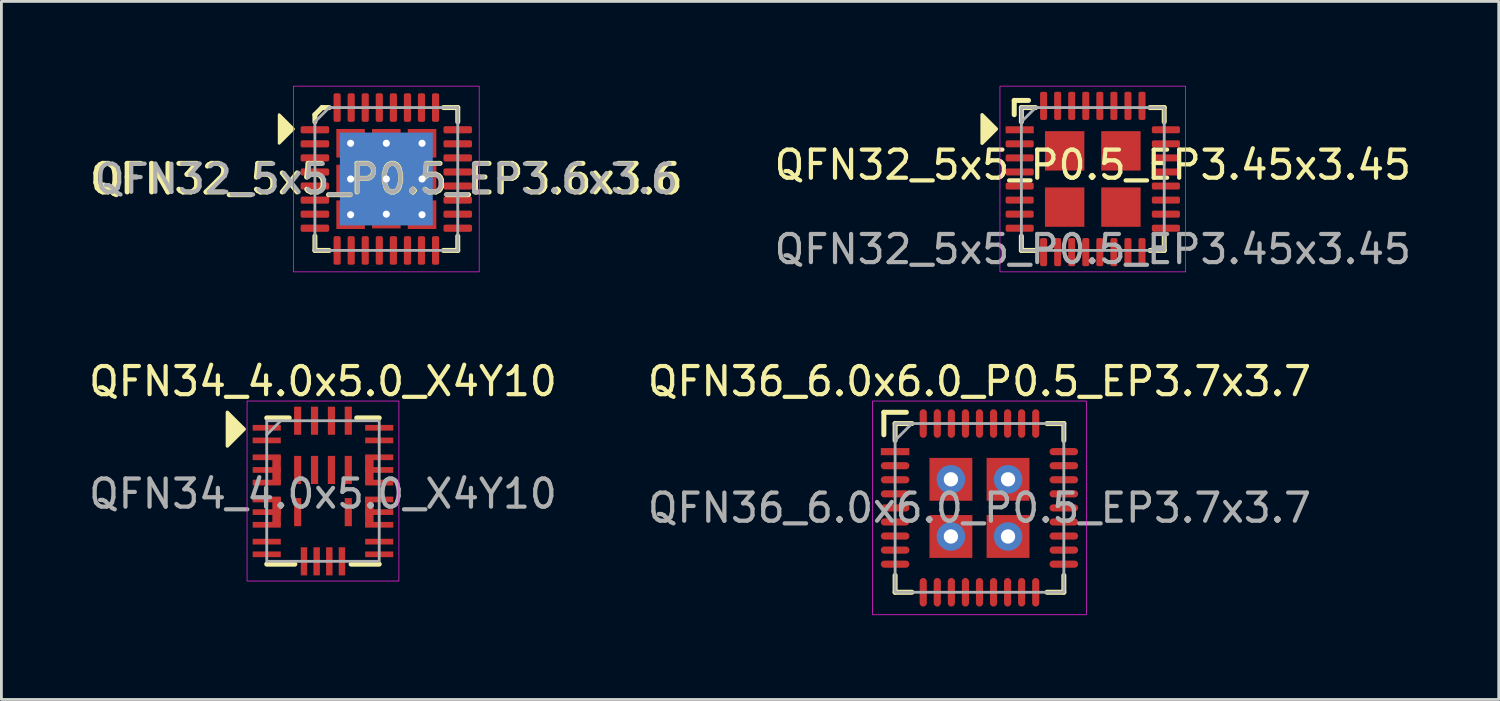
<source format=kicad_pcb>
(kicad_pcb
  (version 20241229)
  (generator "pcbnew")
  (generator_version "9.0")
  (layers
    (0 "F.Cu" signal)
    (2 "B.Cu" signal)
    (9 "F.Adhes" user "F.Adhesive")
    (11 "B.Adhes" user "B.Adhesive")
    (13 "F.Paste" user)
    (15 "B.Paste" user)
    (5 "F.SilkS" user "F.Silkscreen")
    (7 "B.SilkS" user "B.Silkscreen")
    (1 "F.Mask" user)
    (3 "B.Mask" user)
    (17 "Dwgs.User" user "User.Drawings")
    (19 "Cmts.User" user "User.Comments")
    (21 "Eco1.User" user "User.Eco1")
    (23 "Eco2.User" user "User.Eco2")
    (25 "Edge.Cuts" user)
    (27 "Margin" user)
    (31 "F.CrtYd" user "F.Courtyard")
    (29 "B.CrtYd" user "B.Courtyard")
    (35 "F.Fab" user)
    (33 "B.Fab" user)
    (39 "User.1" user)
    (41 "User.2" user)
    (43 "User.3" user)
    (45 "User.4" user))
  (footprint "QFN32_5x5_P0.5_EP3.45x3.45"
    (layer "F.Cu")
    (at 35.81 3.315)
    (property "Reference" "QFN32_5x5_P0.5_EP3.45x3.45" (at 0 -0.5 0) (unlocked yes) (layer "F.SilkS") (effects (font (size 1 1) (thickness 0.15))))
    (fp_line (start -2.794 -2.794) (end -2.286 -2.794) (stroke (width 0.178) (type solid)) (layer "F.SilkS"))
    (fp_line (start -2.794 -2.286) (end -2.794 -2.794) (stroke (width 0.178) (type solid)) (layer "F.SilkS"))
    (fp_line (start -2.54 -2.54) (end -2.032 -2.54) (stroke (width 0.178) (type solid)) (layer "F.SilkS"))
    (fp_line (start -2.54 -2.032) (end -2.54 -2.54) (stroke (width 0.178) (type solid)) (layer "F.SilkS"))
    (fp_line (start -2.54 2.54) (end -2.54 2.032) (stroke (width 0.178) (type solid)) (layer "F.SilkS"))
    (fp_line (start -2.032 2.54) (end -2.54 2.54) (stroke (width 0.178) (type solid)) (layer "F.SilkS"))
    (fp_line (start 2.032 -2.54) (end 2.54 -2.54) (stroke (width 0.178) (type solid)) (layer "F.SilkS"))
    (fp_line (start 2.54 -2.54) (end 2.54 -2.032) (stroke (width 0.178) (type solid)) (layer "F.SilkS"))
    (fp_line (start 2.54 2.032) (end 2.54 2.54) (stroke (width 0.178) (type solid)) (layer "F.SilkS"))
    (fp_line (start 2.54 2.54) (end 2.032 2.54) (stroke (width 0.178) (type solid)) (layer "F.SilkS"))
    (fp_poly (pts (xy -3.429 -1.778) (xy -3.937 -1.27) (xy -3.937 -2.286)) (stroke (width 0.12) (type solid)) (fill yes) (layer "F.SilkS"))
    (fp_rect (start -3.302 -3.302) (end 3.302 3.302) (stroke (width 0.025) (type solid)) (fill no) (layer "F.CrtYd"))
    (fp_line (start -2.54 -2.032) (end -2.032 -2.54) (stroke (width 0.1) (type solid)) (layer "F.Fab"))
    (fp_rect (start -2.54 -2.54) (end 2.54 2.54) (stroke (width 0.1) (type solid)) (fill no) (layer "F.Fab"))
    (fp_text user "${REFERENCE}" (at 0 2.5 0) (unlocked yes) (layer "F.Fab") (effects (font (size 1 1) (thickness 0.15))))
    (pad "1" smd rect (at -2.6 -1.75) (size 1 0.25) (layers "F.Cu" "F.Mask" "F.Paste"))
    (pad "2" smd roundrect (at -2.6 -1.25) (size 1 0.25) (layers "F.Cu" "F.Mask" "F.Paste") (roundrect_rratio 0.25))
    (pad "3" smd roundrect (at -2.6 -0.75) (size 1 0.25) (layers "F.Cu" "F.Mask" "F.Paste") (roundrect_rratio 0.25))
    (pad "4" smd roundrect (at -2.6 -0.25) (size 1 0.25) (layers "F.Cu" "F.Mask" "F.Paste") (roundrect_rratio 0.25))
    (pad "5" smd roundrect (at -2.6 0.25) (size 1 0.25) (layers "F.Cu" "F.Mask" "F.Paste") (roundrect_rratio 0.25))
    (pad "6" smd roundrect (at -2.6 0.75) (size 1 0.25) (layers "F.Cu" "F.Mask" "F.Paste") (roundrect_rratio 0.25))
    (pad "7" smd roundrect (at -2.6 1.25) (size 1 0.25) (layers "F.Cu" "F.Mask" "F.Paste") (roundrect_rratio 0.25))
    (pad "8" smd roundrect (at -2.6 1.75) (size 1 0.25) (layers "F.Cu" "F.Mask" "F.Paste") (roundrect_rratio 0.25))
    (pad "9" smd roundrect (at -1.75 2.6) (size 0.25 1) (layers "F.Cu" "F.Mask" "F.Paste") (roundrect_rratio 0.25))
    (pad "10" smd roundrect (at -1.25 2.6) (size 0.25 1) (layers "F.Cu" "F.Mask" "F.Paste") (roundrect_rratio 0.25))
    (pad "11" smd roundrect (at -0.75 2.6) (size 0.25 1) (layers "F.Cu" "F.Mask" "F.Paste") (roundrect_rratio 0.25))
    (pad "12" smd roundrect (at -0.25 2.6) (size 0.25 1) (layers "F.Cu" "F.Mask" "F.Paste") (roundrect_rratio 0.25))
    (pad "13" smd roundrect (at 0.25 2.6) (size 0.25 1) (layers "F.Cu" "F.Mask" "F.Paste") (roundrect_rratio 0.25))
    (pad "14" smd roundrect (at 0.75 2.6) (size 0.25 1) (layers "F.Cu" "F.Mask" "F.Paste") (roundrect_rratio 0.25))
    (pad "15" smd roundrect (at 1.25 2.6) (size 0.25 1) (layers "F.Cu" "F.Mask" "F.Paste") (roundrect_rratio 0.25))
    (pad "16" smd roundrect (at 1.75 2.6) (size 0.25 1) (layers "F.Cu" "F.Mask" "F.Paste") (roundrect_rratio 0.25))
    (pad "17" smd roundrect (at 2.6 1.75) (size 1 0.25) (layers "F.Cu" "F.Mask" "F.Paste") (roundrect_rratio 0.25))
    (pad "18" smd roundrect (at 2.6 1.25) (size 1 0.25) (layers "F.Cu" "F.Mask" "F.Paste") (roundrect_rratio 0.25))
    (pad "19" smd roundrect (at 2.6 0.75) (size 1 0.25) (layers "F.Cu" "F.Mask" "F.Paste") (roundrect_rratio 0.25))
    (pad "20" smd roundrect (at 2.6 0.25) (size 1 0.25) (layers "F.Cu" "F.Mask" "F.Paste") (roundrect_rratio 0.25))
    (pad "21" smd roundrect (at 2.6 -0.25) (size 1 0.25) (layers "F.Cu" "F.Mask" "F.Paste") (roundrect_rratio 0.25))
    (pad "22" smd roundrect (at 2.6 -0.75) (size 1 0.25) (layers "F.Cu" "F.Mask" "F.Paste") (roundrect_rratio 0.25))
    (pad "23" smd roundrect (at 2.6 -1.25) (size 1 0.25) (layers "F.Cu" "F.Mask" "F.Paste") (roundrect_rratio 0.25))
    (pad "24" smd roundrect (at 2.6 -1.75) (size 1 0.25) (layers "F.Cu" "F.Mask" "F.Paste") (roundrect_rratio 0.25))
    (pad "25" smd roundrect (at 1.75 -2.6) (size 0.25 1) (layers "F.Cu" "F.Mask" "F.Paste") (roundrect_rratio 0.25))
    (pad "26" smd roundrect (at 1.25 -2.6) (size 0.25 1) (layers "F.Cu" "F.Mask" "F.Paste") (roundrect_rratio 0.25))
    (pad "27" smd roundrect (at 0.75 -2.6) (size 0.25 1) (layers "F.Cu" "F.Mask" "F.Paste") (roundrect_rratio 0.25))
    (pad "28" smd roundrect (at 0.25 -2.6) (size 0.25 1) (layers "F.Cu" "F.Mask" "F.Paste") (roundrect_rratio 0.25))
    (pad "29" smd roundrect (at -0.25 -2.6) (size 0.25 1) (layers "F.Cu" "F.Mask" "F.Paste") (roundrect_rratio 0.25))
    (pad "30" smd roundrect (at -0.75 -2.6) (size 0.25 1) (layers "F.Cu" "F.Mask" "F.Paste") (roundrect_rratio 0.25))
    (pad "31" smd roundrect (at -1.25 -2.6) (size 0.25 1) (layers "F.Cu" "F.Mask" "F.Paste") (roundrect_rratio 0.25))
    (pad "32" smd roundrect (at -1.75 -2.6) (size 0.25 1) (layers "F.Cu" "F.Mask" "F.Paste") (roundrect_rratio 0.25))
    (pad "33" smd rect (at -1 -1) (size 1.4 1.4) (layers "F.Cu" "F.Mask" "F.Paste"))
    (pad "33" smd rect (at -1 1) (size 1.4 1.4) (layers "F.Cu" "F.Mask" "F.Paste"))
    (pad "33" smd rect (at 1 -1) (size 1.4 1.4) (layers "F.Cu" "F.Mask" "F.Paste"))
    (pad "33" smd rect (at 1 1) (size 1.4 1.4) (layers "F.Cu" "F.Mask" "F.Paste")))
  (footprint "QFN34_4.0x5.0_X4Y10"
    (layer "F.Cu")
    (at 8.435 14.411)
    (property "Reference" "QFN34_4.0x5.0_X4Y10" (at 0 -3.9 0) (unlocked yes) (layer "F.SilkS") (effects (font (size 1 1) (thickness 0.15))))
    (attr smd)
    (fp_line (start -2 -2.6) (end -1.2 -2.6) (stroke (width 0.178) (type solid)) (layer "F.SilkS"))
    (fp_line (start -2 2.6) (end -1 2.6) (stroke (width 0.178) (type solid)) (layer "F.SilkS"))
    (fp_line (start 1 2.6) (end 2 2.6) (stroke (width 0.178) (type solid)) (layer "F.SilkS"))
    (fp_line (start 1.2 -2.6) (end 2 -2.6) (stroke (width 0.178) (type solid)) (layer "F.SilkS"))
    (fp_poly (pts (xy -2.8 -2.2) (xy -3.4 -1.6) (xy -3.4 -2.8)) (stroke (width 0.12) (type solid)) (fill yes) (layer "F.SilkS"))
    (fp_rect (start -2.7 -3.2) (end 2.7 3.2) (stroke (width 0.025) (type solid)) (fill no) (layer "F.CrtYd"))
    (fp_line (start -2 -2) (end -1.5 -2.5) (stroke (width 0.1) (type solid)) (layer "F.Fab"))
    (fp_rect (start -2 -2.5) (end 2 2.5) (stroke (width 0.1) (type solid)) (fill no) (layer "F.Fab"))
    (fp_text user "${REFERENCE}" (at 0 0.1 0) (unlocked yes) (layer "F.Fab") (effects (font (size 1 1) (thickness 0.15))))
    (pad "1" smd rect (at -2 -2.25) (size 1 0.203) (layers "F.Cu" "F.Mask" "F.Paste"))
    (pad "2" smd rect (at -2 -1.8) (size 1 0.203) (layers "F.Cu" "F.Mask" "F.Paste"))
    (pad "3" smd rect (at -2 -1.2) (size 1 0.203) (layers "F.Cu" "F.Mask" "F.Paste"))
    (pad "4" smd rect (at -2 -0.75) (size 1 0.203) (layers "F.Cu" "F.Mask" "F.Paste"))
    (pad "4" smd rect (at -1.65 -0.75) (size 0.3 1) (layers "F.Cu" "F.Mask" "F.Paste"))
    (pad "5" smd rect (at -2 -0.3) (size 1 0.203) (layers "F.Cu" "F.Mask" "F.Paste"))
    (pad "6" smd rect (at -2 0.3) (size 1 0.203) (layers "F.Cu" "F.Mask" "F.Paste"))
    (pad "7" smd rect (at -2 0.75) (size 1 0.203) (layers "F.Cu" "F.Mask" "F.Paste"))
    (pad "7" smd rect (at -1.65 0.75) (size 0.3 1) (layers "F.Cu" "F.Mask" "F.Paste"))
    (pad "8" smd rect (at -2 1.2) (size 1 0.203) (layers "F.Cu" "F.Mask" "F.Paste"))
    (pad "9" smd rect (at -2 1.8) (size 1 0.203) (layers "F.Cu" "F.Mask" "F.Paste"))
    (pad "10" smd rect (at -2 2.25) (size 1 0.203) (layers "F.Cu" "F.Mask" "F.Paste"))
    (pad "11" smd rect (at -0.675 2.5) (size 0.229 1) (layers "F.Cu" "F.Mask" "F.Paste"))
    (pad "12" smd rect (at -0.225 2.5) (size 0.229 1) (layers "F.Cu" "F.Mask" "F.Paste"))
    (pad "13" smd rect (at 0.225 2.5) (size 0.229 1) (layers "F.Cu" "F.Mask" "F.Paste"))
    (pad "14" smd rect (at 0.675 2.5) (size 0.229 1) (layers "F.Cu" "F.Mask" "F.Paste"))
    (pad "15" smd rect (at 2 2.25) (size 1 0.203) (layers "F.Cu" "F.Mask" "F.Paste"))
    (pad "16" smd rect (at 2 1.8) (size 1 0.203) (layers "F.Cu" "F.Mask" "F.Paste"))
    (pad "17" smd rect (at 2 1.2) (size 1 0.203) (layers "F.Cu" "F.Mask" "F.Paste"))
    (pad "18" smd rect (at 1.65 0.75) (size 0.3 1) (layers "F.Cu" "F.Mask" "F.Paste"))
    (pad "18" smd rect (at 2 0.75) (size 1 0.203) (layers "F.Cu" "F.Mask" "F.Paste"))
    (pad "19" smd rect (at 2 0.3) (size 1 0.203) (layers "F.Cu" "F.Mask" "F.Paste"))
    (pad "20" smd rect (at 2 -0.3) (size 1 0.203) (layers "F.Cu" "F.Mask" "F.Paste"))
    (pad "21" smd rect (at 1.65 -0.75) (size 0.3 1) (layers "F.Cu" "F.Mask" "F.Paste"))
    (pad "21" smd rect (at 2 -0.75) (size 1 0.203) (layers "F.Cu" "F.Mask" "F.Paste"))
    (pad "22" smd rect (at 2 -1.2) (size 1 0.203) (layers "F.Cu" "F.Mask" "F.Paste"))
    (pad "23" smd rect (at 2 -1.8) (size 1 0.203) (layers "F.Cu" "F.Mask" "F.Paste"))
    (pad "24" smd rect (at 2 -2.25) (size 1 0.203) (layers "F.Cu" "F.Mask" "F.Paste"))
    (pad "25" smd rect (at 0.9 -2.5) (size 0.254 1) (layers "F.Cu" "F.Mask" "F.Paste"))
    (pad "26" smd rect (at 0.3 -2.5) (size 0.254 1) (layers "F.Cu" "F.Mask" "F.Paste"))
    (pad "27" smd rect (at -0.3 -2.5) (size 0.254 1) (layers "F.Cu" "F.Mask" "F.Paste"))
    (pad "28" smd rect (at -0.9 -2.5) (size 0.254 1) (layers "F.Cu" "F.Mask" "F.Paste"))
    (pad "29" smd rect (at -0.9 -0.75) (size 0.254 1) (layers "F.Cu" "F.Mask" "F.Paste"))
    (pad "30" smd rect (at -0.9 0.75) (size 0.254 1) (layers "F.Cu" "F.Mask" "F.Paste"))
    (pad "31" smd rect (at 0.9 0.75) (size 0.254 1) (layers "F.Cu" "F.Mask" "F.Paste"))
    (pad "32" smd rect (at 0.9 -0.75) (size 0.254 1) (layers "F.Cu" "F.Mask" "F.Paste"))
    (pad "33" smd rect (at 0.3 -0.75) (size 0.254 1) (layers "F.Cu" "F.Mask" "F.Paste"))
    (pad "34" smd rect (at -0.3 -0.75) (size 0.254 1) (layers "F.Cu" "F.Mask" "F.Paste")))
  (footprint "QFN36_6.0x6.0_P0.5_EP3.7x3.7"
    (layer "F.Cu")
    (at 31.78 15.011)
    (property "Reference" "QFN36_6.0x6.0_P0.5_EP3.7x3.7" (at 0 -4.5 0) (unlocked yes) (layer "F.SilkS") (effects (font (size 1 1) (thickness 0.15))))
    (attr smd)
    (fp_line (start -3.4 -2.6) (end -3.4 -3.4) (stroke (width 0.178) (type solid)) (layer "F.SilkS"))
    (fp_line (start -3.4 -3.4) (end -2.6 -3.4) (stroke (width 0.178) (type solid)) (layer "F.SilkS"))
    (fp_line (start -3 -2.4) (end -3 -3) (stroke (width 0.178) (type solid)) (layer "F.SilkS"))
    (fp_line (start -3 -3) (end -2.4 -3) (stroke (width 0.178) (type solid)) (layer "F.SilkS"))
    (fp_line (start -3 2.4) (end -3 3) (stroke (width 0.178) (type solid)) (layer "F.SilkS"))
    (fp_line (start -3 3) (end -2.4 3) (stroke (width 0.178) (type solid)) (layer "F.SilkS"))
    (fp_line (start 2.4 -3) (end 3 -3) (stroke (width 0.178) (type solid)) (layer "F.SilkS"))
    (fp_line (start 3 -3) (end 3 -2.4) (stroke (width 0.178) (type solid)) (layer "F.SilkS"))
    (fp_line (start 3 2.4) (end 3 3) (stroke (width 0.178) (type solid)) (layer "F.SilkS"))
    (fp_line (start 3 3) (end 2.4 3) (stroke (width 0.178) (type solid)) (layer "F.SilkS"))
    (fp_rect (start -3.8 -3.8) (end 3.8 3.8) (stroke (width 0.025) (type solid)) (fill no) (layer "F.CrtYd"))
    (fp_line (start -3 -2.4) (end -2.4 -3) (stroke (width 0.1) (type solid)) (layer "F.Fab"))
    (fp_rect (start -3 -3) (end 3 3) (stroke (width 0.1) (type solid)) (fill no) (layer "F.Fab"))
    (fp_text user "${REFERENCE}" (at 0 0 0) (unlocked yes) (layer "F.Fab") (effects (font (size 1 1) (thickness 0.15))))
    (pad "1" smd rect (at -3 -2) (size 1.016 0.254) (layers "F.Cu" "F.Mask" "F.Paste"))
    (pad "2" smd oval (at -3 -1.5) (size 1.016 0.254) (layers "F.Cu" "F.Mask" "F.Paste"))
    (pad "3" smd oval (at -3 -1) (size 1.016 0.254) (layers "F.Cu" "F.Mask" "F.Paste"))
    (pad "4" smd oval (at -3 -0.5) (size 1.016 0.254) (layers "F.Cu" "F.Mask" "F.Paste"))
    (pad "5" smd oval (at -3 0) (size 1.016 0.254) (layers "F.Cu" "F.Mask" "F.Paste"))
    (pad "6" smd oval (at -3 0.5) (size 1.016 0.254) (layers "F.Cu" "F.Mask" "F.Paste"))
    (pad "7" smd oval (at -3 1) (size 1.016 0.254) (layers "F.Cu" "F.Mask" "F.Paste"))
    (pad "8" smd oval (at -3 1.5) (size 1.016 0.254) (layers "F.Cu" "F.Mask" "F.Paste"))
    (pad "9" smd oval (at -3 2) (size 1.016 0.254) (layers "F.Cu" "F.Mask" "F.Paste"))
    (pad "10" smd oval (at -2 3) (size 0.254 1.016) (layers "F.Cu" "F.Mask" "F.Paste"))
    (pad "11" smd oval (at -1.5 3) (size 0.254 1.016) (layers "F.Cu" "F.Mask" "F.Paste"))
    (pad "12" smd oval (at -1 3) (size 0.254 1.016) (layers "F.Cu" "F.Mask" "F.Paste"))
    (pad "13" smd oval (at -0.5 3) (size 0.254 1.016) (layers "F.Cu" "F.Mask" "F.Paste"))
    (pad "14" smd oval (at 0 3) (size 0.254 1.016) (layers "F.Cu" "F.Mask" "F.Paste"))
    (pad "15" smd oval (at 0.5 3) (size 0.254 1.016) (layers "F.Cu" "F.Mask" "F.Paste"))
    (pad "16" smd oval (at 1 3) (size 0.254 1.016) (layers "F.Cu" "F.Mask" "F.Paste"))
    (pad "17" smd oval (at 1.5 3) (size 0.254 1.016) (layers "F.Cu" "F.Mask" "F.Paste"))
    (pad "18" smd oval (at 2 3) (size 0.254 1.016) (layers "F.Cu" "F.Mask" "F.Paste"))
    (pad "19" smd oval (at 3 2) (size 1.016 0.254) (layers "F.Cu" "F.Mask" "F.Paste"))
    (pad "20" smd oval (at 3 1.5) (size 1.016 0.254) (layers "F.Cu" "F.Mask" "F.Paste"))
    (pad "21" smd oval (at 3 1) (size 1.016 0.254) (layers "F.Cu" "F.Mask" "F.Paste"))
    (pad "22" smd oval (at 3 0.5) (size 1.016 0.254) (layers "F.Cu" "F.Mask" "F.Paste"))
    (pad "23" smd oval (at 3 0) (size 1.016 0.254) (layers "F.Cu" "F.Mask" "F.Paste"))
    (pad "24" smd oval (at 3 -0.5) (size 1.016 0.254) (layers "F.Cu" "F.Mask" "F.Paste"))
    (pad "25" smd oval (at 3 -1) (size 1.016 0.254) (layers "F.Cu" "F.Mask" "F.Paste"))
    (pad "26" smd oval (at 3 -1.5) (size 1.016 0.254) (layers "F.Cu" "F.Mask" "F.Paste"))
    (pad "27" smd oval (at 3 -2) (size 1.016 0.254) (layers "F.Cu" "F.Mask" "F.Paste"))
    (pad "28" smd oval (at 2 -3) (size 0.254 1.016) (layers "F.Cu" "F.Mask" "F.Paste"))
    (pad "29" smd oval (at 1.5 -3) (size 0.254 1.016) (layers "F.Cu" "F.Mask" "F.Paste"))
    (pad "30" smd oval (at 1 -3) (size 0.254 1.016) (layers "F.Cu" "F.Mask" "F.Paste"))
    (pad "31" smd oval (at 0.5 -3) (size 0.254 1.016) (layers "F.Cu" "F.Mask" "F.Paste"))
    (pad "32" smd oval (at 0 -3) (size 0.254 1.016) (layers "F.Cu" "F.Mask" "F.Paste"))
    (pad "33" smd oval (at -0.5 -3) (size 0.254 1.016) (layers "F.Cu" "F.Mask" "F.Paste"))
    (pad "34" smd oval (at -1 -3) (size 0.254 1.016) (layers "F.Cu" "F.Mask" "F.Paste"))
    (pad "35" smd oval (at -1.5 -3) (size 0.254 1.016) (layers "F.Cu" "F.Mask" "F.Paste"))
    (pad "36" smd oval (at -2 -3) (size 0.254 1.016) (layers "F.Cu" "F.Mask" "F.Paste"))
    (pad "37" thru_hole circle (at -1.016 -1.016) (size 1.016 1.016) (drill 0.508) (layers "*.Cu" "*.Mask"))
    (pad "37" smd rect (at -1.016 -1.016) (size 1.524 1.524) (layers "F.Cu" "F.Mask" "F.Paste"))
    (pad "37" thru_hole circle (at -1.016 1.016) (size 1.016 1.016) (drill 0.508) (layers "*.Cu" "*.Mask"))
    (pad "37" smd rect (at -1.016 1.016) (size 1.524 1.524) (layers "F.Cu" "F.Mask" "F.Paste"))
    (pad "37" thru_hole circle (at 1.016 -1.016) (size 1.016 1.016) (drill 0.508) (layers "*.Cu" "*.Mask"))
    (pad "37" smd rect (at 1.016 -1.016) (size 1.524 1.524) (layers "F.Cu" "F.Mask" "F.Paste"))
    (pad "37" thru_hole circle (at 1.016 1.016) (size 1.016 1.016) (drill 0.508) (layers "*.Cu" "*.Mask"))
    (pad "37" smd rect (at 1.016 1.016) (size 1.524 1.524) (layers "F.Cu" "F.Mask" "F.Paste")))
  (footprint "QFN32_5x5_P0.5_EP3.6x3.6"
    (layer "F.Cu")
    (at 10.688 3.315)
    (property "Reference" "QFN32_5x5_P0.5_EP3.6x3.6" (at 0 0 0) (layer "F.SilkS") (effects (font (size 1.016 1.016) (thickness 0.178))))
    (attr smd)
    (fp_line (start -2.54 -2.286) (end -2.286 -2.54) (stroke (width 0.178) (type solid)) (layer "F.SilkS"))
    (fp_line (start -2.54 -2.032) (end -2.54 -2.286) (stroke (width 0.178) (type solid)) (layer "F.SilkS"))
    (fp_line (start -2.54 2.54) (end -2.54 2.032) (stroke (width 0.178) (type solid)) (layer "F.SilkS"))
    (fp_line (start -2.032 -2.54) (end -2.286 -2.54) (stroke (width 0.178) (type solid)) (layer "F.SilkS"))
    (fp_line (start -2.032 2.54) (end -2.54 2.54) (stroke (width 0.178) (type solid)) (layer "F.SilkS"))
    (fp_line (start 2.032 -2.54) (end 2.54 -2.54) (stroke (width 0.178) (type solid)) (layer "F.SilkS"))
    (fp_line (start 2.54 -2.032) (end 2.54 -2.54) (stroke (width 0.178) (type solid)) (layer "F.SilkS"))
    (fp_line (start 2.54 2.032) (end 2.54 2.54) (stroke (width 0.178) (type solid)) (layer "F.SilkS"))
    (fp_line (start 2.54 2.54) (end 2.032 2.54) (stroke (width 0.178) (type solid)) (layer "F.SilkS"))
    (fp_poly (pts (xy -3.302 -1.778) (xy -3.81 -1.27) (xy -3.81 -2.286)) (stroke (width 0.1) (type solid)) (fill yes) (layer "F.SilkS"))
    (fp_rect (start -3.302 -3.302) (end 3.302 3.302) (stroke (width 0.025) (type solid)) (fill no) (layer "F.CrtYd"))
    (fp_line (start -2.54 -2.032) (end -2.54 2.54) (stroke (width 0.1) (type solid)) (layer "F.Fab"))
    (fp_line (start -2.54 2.54) (end 2.54 2.54) (stroke (width 0.1) (type solid)) (layer "F.Fab"))
    (fp_line (start -2.032 -2.54) (end -2.54 -2.032) (stroke (width 0.1) (type solid)) (layer "F.Fab"))
    (fp_line (start 2.54 -2.54) (end -2.032 -2.54) (stroke (width 0.1) (type solid)) (layer "F.Fab"))
    (fp_line (start 2.54 2.54) (end 2.54 -2.54) (stroke (width 0.1) (type solid)) (layer "F.Fab"))
    (fp_text user "${REFERENCE}" (at 0 0 0) (layer "F.Fab") (effects (font (size 1 1) (thickness 0.15))))
    (pad "1" smd roundrect (at -2.54 -1.75) (size 1.016 0.254) (layers "F.Cu" "F.Mask" "F.Paste") (roundrect_rratio 0.25))
    (pad "2" smd roundrect (at -2.54 -1.25) (size 1.016 0.254) (layers "F.Cu" "F.Mask" "F.Paste") (roundrect_rratio 0.25))
    (pad "3" smd roundrect (at -2.54 -0.75) (size 1.016 0.254) (layers "F.Cu" "F.Mask" "F.Paste") (roundrect_rratio 0.25))
    (pad "4" smd roundrect (at -2.54 -0.25) (size 1.016 0.254) (layers "F.Cu" "F.Mask" "F.Paste") (roundrect_rratio 0.25))
    (pad "5" smd roundrect (at -2.54 0.25) (size 1.016 0.254) (layers "F.Cu" "F.Mask" "F.Paste") (roundrect_rratio 0.25))
    (pad "6" smd roundrect (at -2.54 0.75) (size 1.016 0.254) (layers "F.Cu" "F.Mask" "F.Paste") (roundrect_rratio 0.25))
    (pad "7" smd roundrect (at -2.54 1.25) (size 1.016 0.254) (layers "F.Cu" "F.Mask" "F.Paste") (roundrect_rratio 0.25))
    (pad "8" smd roundrect (at -2.54 1.75) (size 1.016 0.254) (layers "F.Cu" "F.Mask" "F.Paste") (roundrect_rratio 0.25))
    (pad "9" smd roundrect (at -1.75 2.54) (size 0.254 1.016) (layers "F.Cu" "F.Mask" "F.Paste") (roundrect_rratio 0.25))
    (pad "10" smd roundrect (at -1.25 2.54) (size 0.254 1.016) (layers "F.Cu" "F.Mask" "F.Paste") (roundrect_rratio 0.25))
    (pad "11" smd roundrect (at -0.75 2.54) (size 0.254 1.016) (layers "F.Cu" "F.Mask" "F.Paste") (roundrect_rratio 0.25))
    (pad "12" smd roundrect (at -0.25 2.54) (size 0.254 1.016) (layers "F.Cu" "F.Mask" "F.Paste") (roundrect_rratio 0.25))
    (pad "13" smd roundrect (at 0.25 2.54) (size 0.254 1.016) (layers "F.Cu" "F.Mask" "F.Paste") (roundrect_rratio 0.25))
    (pad "14" smd roundrect (at 0.75 2.54) (size 0.254 1.016) (layers "F.Cu" "F.Mask" "F.Paste") (roundrect_rratio 0.25))
    (pad "15" smd roundrect (at 1.25 2.54) (size 0.254 1.016) (layers "F.Cu" "F.Mask" "F.Paste") (roundrect_rratio 0.25))
    (pad "16" smd roundrect (at 1.75 2.54) (size 0.254 1.016) (layers "F.Cu" "F.Mask" "F.Paste") (roundrect_rratio 0.25))
    (pad "17" smd roundrect (at 2.54 1.75) (size 1.016 0.254) (layers "F.Cu" "F.Mask" "F.Paste") (roundrect_rratio 0.25))
    (pad "18" smd roundrect (at 2.54 1.25) (size 1.016 0.254) (layers "F.Cu" "F.Mask" "F.Paste") (roundrect_rratio 0.25))
    (pad "19" smd roundrect (at 2.54 0.75) (size 1.016 0.254) (layers "F.Cu" "F.Mask" "F.Paste") (roundrect_rratio 0.25))
    (pad "20" smd roundrect (at 2.54 0.25) (size 1.016 0.254) (layers "F.Cu" "F.Mask" "F.Paste") (roundrect_rratio 0.25))
    (pad "21" smd roundrect (at 2.54 -0.25) (size 1.016 0.254) (layers "F.Cu" "F.Mask" "F.Paste") (roundrect_rratio 0.25))
    (pad "22" smd roundrect (at 2.54 -0.75) (size 1.016 0.254) (layers "F.Cu" "F.Mask" "F.Paste") (roundrect_rratio 0.25))
    (pad "23" smd roundrect (at 2.54 -1.25) (size 1.016 0.254) (layers "F.Cu" "F.Mask" "F.Paste") (roundrect_rratio 0.25))
    (pad "24" smd roundrect (at 2.54 -1.75) (size 1.016 0.254) (layers "F.Cu" "F.Mask" "F.Paste") (roundrect_rratio 0.25))
    (pad "25" smd roundrect (at 1.75 -2.54) (size 0.254 1.016) (layers "F.Cu" "F.Mask" "F.Paste") (roundrect_rratio 0.25))
    (pad "26" smd roundrect (at 1.25 -2.54) (size 0.254 1.016) (layers "F.Cu" "F.Mask" "F.Paste") (roundrect_rratio 0.25))
    (pad "27" smd roundrect (at 0.75 -2.54) (size 0.254 1.016) (layers "F.Cu" "F.Mask" "F.Paste") (roundrect_rratio 0.25))
    (pad "28" smd roundrect (at 0.25 -2.54) (size 0.254 1.016) (layers "F.Cu" "F.Mask" "F.Paste") (roundrect_rratio 0.25))
    (pad "29" smd roundrect (at -0.25 -2.54) (size 0.254 1.016) (layers "F.Cu" "F.Mask" "F.Paste") (roundrect_rratio 0.25))
    (pad "30" smd roundrect (at -0.75 -2.54) (size 0.254 1.016) (layers "F.Cu" "F.Mask" "F.Paste") (roundrect_rratio 0.25))
    (pad "31" smd roundrect (at -1.25 -2.54) (size 0.254 1.016) (layers "F.Cu" "F.Mask" "F.Paste") (roundrect_rratio 0.25))
    (pad "32" smd roundrect (at -1.75 -2.54) (size 0.254 1.016) (layers "F.Cu" "F.Mask" "F.Paste") (roundrect_rratio 0.25))
    (pad "33" thru_hole circle (at -1.27 -1.27) (size 0.635 0.635) (drill 0.254) (layers "*.Cu"))
    (pad "33" smd rect (at -1.27 -1.27) (size 1.016 1.016) (layers "F.Cu" "F.Mask" "F.Paste"))
    (pad "33" thru_hole circle (at -1.27 0) (size 0.635 0.635) (drill 0.254) (layers "*.Cu"))
    (pad "33" smd rect (at -1.27 0) (size 1.016 1.016) (layers "F.Cu" "F.Mask" "F.Paste"))
    (pad "33" thru_hole circle (at -1.27 1.27) (size 0.635 0.635) (drill 0.254) (layers "*.Cu"))
    (pad "33" smd rect (at -1.27 1.27) (size 1.016 1.016) (layers "F.Cu" "F.Mask" "F.Paste"))
    (pad "33" thru_hole circle (at 0 -1.27) (size 0.635 0.635) (drill 0.254) (layers "*.Cu"))
    (pad "33" smd rect (at 0 -1.27) (size 1.016 1.016) (layers "F.Cu" "F.Mask" "F.Paste"))
    (pad "33" thru_hole circle (at 0 0) (size 0.635 0.635) (drill 0.254) (layers "*.Cu"))
    (pad "33" smd rect (at 0 0) (size 1.016 1.016) (layers "F.Cu" "F.Mask" "F.Paste"))
    (pad "33" smd rect (at 0 0) (size 3.302 3.302) (layers "B.Cu"))
    (pad "33" thru_hole circle (at 0 1.25) (size 0.635 0.635) (drill 0.254) (layers "*.Cu"))
    (pad "33" smd rect (at 0 1.25) (size 1.016 1.016) (layers "F.Cu" "F.Mask" "F.Paste"))
    (pad "33" thru_hole circle (at 1.27 -1.27) (size 0.635 0.635) (drill 0.254) (layers "*.Cu"))
    (pad "33" smd rect (at 1.27 -1.27) (size 1.016 1.016) (layers "F.Cu" "F.Mask" "F.Paste"))
    (pad "33" thru_hole circle (at 1.27 0) (size 0.635 0.635) (drill 0.254) (layers "*.Cu"))
    (pad "33" smd rect (at 1.27 0) (size 1.016 1.016) (layers "F.Cu" "F.Mask" "F.Paste"))
    (pad "33" thru_hole circle (at 1.27 1.27) (size 0.635 0.635) (drill 0.254) (layers "*.Cu"))
    (pad "33" smd rect (at 1.27 1.27) (size 1.016 1.016) (layers "F.Cu" "F.Mask" "F.Paste")))
  (gr_rect
    (start -3 -3)
    (end 50.245 21.824)
    (stroke (width 0.1) (type default))
    (fill no)
    (layer "Edge.Cuts")))
</source>
